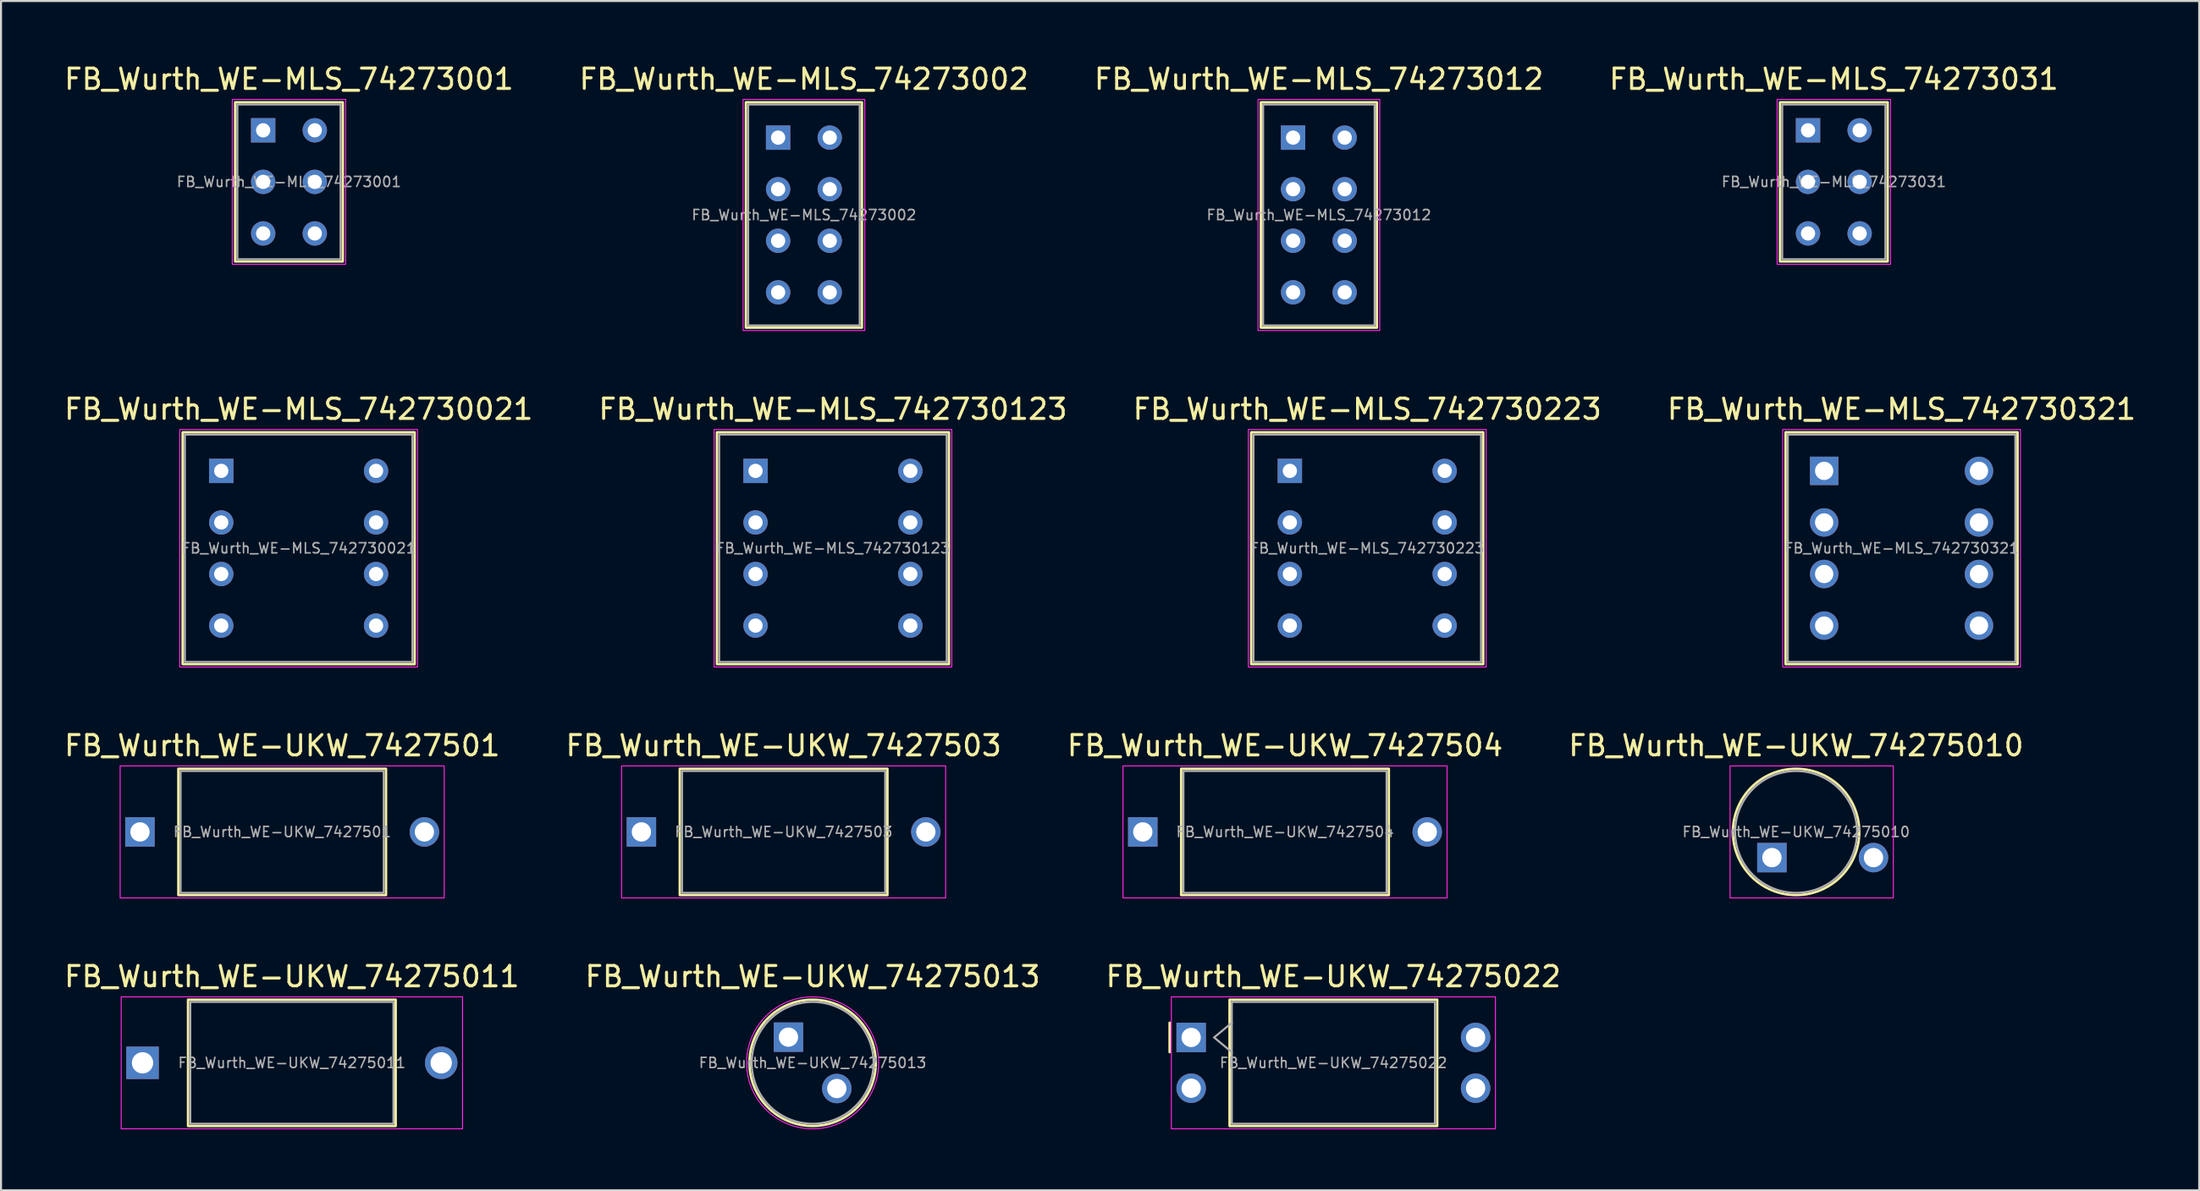
<source format=kicad_pcb>
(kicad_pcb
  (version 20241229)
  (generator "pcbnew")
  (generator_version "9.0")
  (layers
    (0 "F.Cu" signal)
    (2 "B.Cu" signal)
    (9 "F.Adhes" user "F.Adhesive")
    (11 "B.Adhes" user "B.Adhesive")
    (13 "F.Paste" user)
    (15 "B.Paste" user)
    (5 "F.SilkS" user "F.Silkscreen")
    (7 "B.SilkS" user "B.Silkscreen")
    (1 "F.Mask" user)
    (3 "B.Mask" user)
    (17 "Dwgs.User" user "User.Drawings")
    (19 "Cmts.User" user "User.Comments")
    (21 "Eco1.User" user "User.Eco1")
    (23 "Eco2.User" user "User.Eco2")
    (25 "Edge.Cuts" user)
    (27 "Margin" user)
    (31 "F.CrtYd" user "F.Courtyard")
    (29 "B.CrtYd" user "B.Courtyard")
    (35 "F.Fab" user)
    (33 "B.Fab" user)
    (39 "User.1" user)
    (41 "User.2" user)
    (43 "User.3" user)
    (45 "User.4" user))
  (footprint "FB_Wurth_WE-MLS_74273001"
    (layer "F.Cu")
    (at 9.903 3.368)
    (property "Reference" "FB_Wurth_WE-MLS_74273001" (at 1.27 -2.52 0) (unlocked yes) (layer "F.SilkS") (effects (font (size 1 1) (thickness 0.15))))
    (attr through_hole)
    (fp_rect (start -1.38 -1.38) (end 3.92 6.46) (stroke (width 0.12) (type solid)) (fill no) (layer "F.SilkS"))
    (fp_rect (start -1.52 -1.52) (end 4.06 6.6) (stroke (width 0.05) (type solid)) (fill no) (layer "F.CrtYd"))
    (fp_rect (start -1.27 -1.27) (end 3.81 6.35) (stroke (width 0.1) (type solid)) (fill no) (layer "F.Fab"))
    (fp_text user "${REFERENCE}" (at 1.27 2.54 0) (unlocked yes) (layer "F.Fab") (effects (font (size 0.5 0.5) (thickness 0.075))))
    (pad "1" thru_hole rect (at 0 0) (size 1.2 1.2) (drill 0.7) (layers "*.Cu" "*.Mask"))
    (pad "2" thru_hole circle (at 2.54 0) (size 1.2 1.2) (drill 0.7) (layers "*.Cu" "*.Mask"))
    (pad "3" thru_hole circle (at 0 2.54) (size 1.2 1.2) (drill 0.7) (layers "*.Cu" "*.Mask"))
    (pad "4" thru_hole circle (at 2.54 2.54) (size 1.2 1.2) (drill 0.7) (layers "*.Cu" "*.Mask"))
    (pad "5" thru_hole circle (at 0 5.08) (size 1.2 1.2) (drill 0.7) (layers "*.Cu" "*.Mask"))
    (pad "6" thru_hole circle (at 2.54 5.08) (size 1.2 1.2) (drill 0.7) (layers "*.Cu" "*.Mask")))
  (footprint "FB_Wurth_WE-UKW_74275010"
    (layer "F.Cu")
    (at 84.161 39.19)
    (property "Reference" "FB_Wurth_WE-UKW_74275010" (at 1.19 -5.515 0) (unlocked yes) (layer "F.SilkS") (effects (font (size 1 1) (thickness 0.15))))
    (attr through_hole)
    (fp_circle (center 1.19 -1.265) (end 4.3 -1.265) (stroke (width 0.12) (type solid)) (fill no) (layer "F.SilkS"))
    (fp_rect (start -2.06 -4.515) (end 5.975 1.985) (stroke (width 0.05) (type default)) (fill no) (layer "F.CrtYd"))
    (fp_circle (center 1.19 -1.265) (end 4.19 -1.265) (stroke (width 0.1) (type solid)) (fill no) (layer "F.Fab"))
    (fp_text user "${REFERENCE}" (at 1.19 -1.265 0) (unlocked yes) (layer "F.Fab") (effects (font (size 0.5 0.5) (thickness 0.075))))
    (pad "1" thru_hole rect (at 0 0) (size 1.45 1.45) (drill 0.95) (layers "*.Cu" "*.Mask"))
    (pad "2" thru_hole circle (at 5 0) (size 1.45 1.45) (drill 0.95) (layers "*.Cu" "*.Mask")))
  (footprint "FB_Wurth_WE-UKW_7427503"
    (layer "F.Cu")
    (at 35.518 37.925)
    (property "Reference" "FB_Wurth_WE-UKW_7427503" (at 0 -4.25 0) (unlocked yes) (layer "F.SilkS") (effects (font (size 1 1) (thickness 0.15))))
    (attr through_hole)
    (fp_rect (start -5.11 -3.11) (end 5.11 3.11) (stroke (width 0.12) (type solid)) (fill no) (layer "F.SilkS"))
    (fp_rect (start -7.975 -3.25) (end 7.975 3.25) (stroke (width 0.05) (type solid)) (fill no) (layer "F.CrtYd"))
    (fp_rect (start -5 -3) (end 5 3) (stroke (width 0.1) (type solid)) (fill no) (layer "F.Fab"))
    (fp_text user "${REFERENCE}" (at 0 0 0) (unlocked yes) (layer "F.Fab") (effects (font (size 0.5 0.5) (thickness 0.075))))
    (pad "1" thru_hole rect (at -7 0) (size 1.45 1.45) (drill 0.95) (layers "*.Cu" "*.Mask"))
    (pad "2" thru_hole circle (at 7 0) (size 1.45 1.45) (drill 0.95) (layers "*.Cu" "*.Mask")))
  (footprint "FB_Wurth_WE-UKW_74275011"
    (layer "F.Cu")
    (at 11.315 49.298)
    (property "Reference" "FB_Wurth_WE-UKW_74275011" (at 0 -4.25 0) (unlocked yes) (layer "F.SilkS") (effects (font (size 1 1) (thickness 0.15))))
    (attr through_hole)
    (fp_rect (start -5.11 -3.11) (end 5.11 3.11) (stroke (width 0.12) (type solid)) (fill no) (layer "F.SilkS"))
    (fp_rect (start -8.4 -3.25) (end 8.4 3.25) (stroke (width 0.05) (type solid)) (fill no) (layer "F.CrtYd"))
    (fp_rect (start -5 -3) (end 5 3) (stroke (width 0.1) (type solid)) (fill no) (layer "F.Fab"))
    (fp_text user "${REFERENCE}" (at 0 0 0) (unlocked yes) (layer "F.Fab") (effects (font (size 0.5 0.5) (thickness 0.075))))
    (pad "1" thru_hole rect (at -7.35 0) (size 1.6 1.6) (drill 1.05) (layers "*.Cu" "*.Mask"))
    (pad "2" thru_hole circle (at 7.35 0) (size 1.6 1.6) (drill 1.05) (layers "*.Cu" "*.Mask")))
  (footprint "FB_Wurth_WE-UKW_74275013"
    (layer "F.Cu")
    (at 35.756 48.033)
    (property "Reference" "FB_Wurth_WE-UKW_74275013" (at 1.19 -2.985 0) (unlocked yes) (layer "F.SilkS") (effects (font (size 1 1) (thickness 0.15))))
    (attr through_hole)
    (fp_circle (center 1.19 1.265) (end 4.3 1.265) (stroke (width 0.12) (type solid)) (fill no) (layer "F.SilkS"))
    (fp_circle (center 1.19 1.265) (end 4.44 1.265) (stroke (width 0.05) (type solid)) (fill no) (layer "F.CrtYd"))
    (fp_circle (center 1.19 1.265) (end 4.19 1.265) (stroke (width 0.1) (type solid)) (fill no) (layer "F.Fab"))
    (fp_text user "${REFERENCE}" (at 1.19 1.265 0) (unlocked yes) (layer "F.Fab") (effects (font (size 0.5 0.5) (thickness 0.075))))
    (pad "1" thru_hole rect (at 0 0) (size 1.45 1.45) (drill 0.95) (layers "*.Cu" "*.Mask"))
    (pad "2" thru_hole circle (at 2.38 2.53) (size 1.45 1.45) (drill 0.95) (layers "*.Cu" "*.Mask")))
  (footprint "FB_Wurth_WE-MLS_74273012"
    (layer "F.Cu")
    (at 60.593 3.728)
    (property "Reference" "FB_Wurth_WE-MLS_74273012" (at 1.27 -2.88 0) (unlocked yes) (layer "F.SilkS") (effects (font (size 1 1) (thickness 0.15))))
    (attr through_hole)
    (fp_rect (start -1.585 -1.74) (end 4.125 9.36) (stroke (width 0.12) (type solid)) (fill no) (layer "F.SilkS"))
    (fp_rect (start -1.725 -1.88) (end 4.265 9.5) (stroke (width 0.05) (type solid)) (fill no) (layer "F.CrtYd"))
    (fp_rect (start -1.475 -1.63) (end 4.015 9.25) (stroke (width 0.1) (type solid)) (fill no) (layer "F.Fab"))
    (fp_text user "${REFERENCE}" (at 1.27 3.81 0) (unlocked yes) (layer "F.Fab") (effects (font (size 0.5 0.5) (thickness 0.075))))
    (pad "1" thru_hole rect (at 0 0) (size 1.2 1.2) (drill 0.7) (layers "*.Cu" "*.Mask"))
    (pad "2" thru_hole circle (at 2.54 0) (size 1.2 1.2) (drill 0.7) (layers "*.Cu" "*.Mask"))
    (pad "3" thru_hole circle (at 0 2.54) (size 1.2 1.2) (drill 0.7) (layers "*.Cu" "*.Mask"))
    (pad "4" thru_hole circle (at 2.54 2.54) (size 1.2 1.2) (drill 0.7) (layers "*.Cu" "*.Mask"))
    (pad "5" thru_hole circle (at 0 5.08) (size 1.2 1.2) (drill 0.7) (layers "*.Cu" "*.Mask"))
    (pad "6" thru_hole circle (at 2.54 5.08) (size 1.2 1.2) (drill 0.7) (layers "*.Cu" "*.Mask"))
    (pad "7" thru_hole circle (at 0 7.62) (size 1.2 1.2) (drill 0.7) (layers "*.Cu" "*.Mask"))
    (pad "8" thru_hole circle (at 2.54 7.62) (size 1.2 1.2) (drill 0.7) (layers "*.Cu" "*.Mask")))
  (footprint "FB_Wurth_WE-UKW_7427504"
    (layer "F.Cu")
    (at 60.196 37.925)
    (property "Reference" "FB_Wurth_WE-UKW_7427504" (at 0 -4.25 0) (unlocked yes) (layer "F.SilkS") (effects (font (size 1 1) (thickness 0.15))))
    (attr through_hole)
    (fp_rect (start -5.11 -3.11) (end 5.11 3.11) (stroke (width 0.12) (type solid)) (fill no) (layer "F.SilkS"))
    (fp_rect (start -7.975 -3.25) (end 7.975 3.25) (stroke (width 0.05) (type solid)) (fill no) (layer "F.CrtYd"))
    (fp_rect (start -5 -3) (end 5 3) (stroke (width 0.1) (type solid)) (fill no) (layer "F.Fab"))
    (fp_text user "${REFERENCE}" (at 0 0 0) (unlocked yes) (layer "F.Fab") (effects (font (size 0.5 0.5) (thickness 0.075))))
    (pad "1" thru_hole rect (at -7 0) (size 1.45 1.45) (drill 0.95) (layers "*.Cu" "*.Mask"))
    (pad "2" thru_hole circle (at 7 0) (size 1.45 1.45) (drill 0.95) (layers "*.Cu" "*.Mask")))
  (footprint "FB_Wurth_WE-MLS_742730223"
    (layer "F.Cu")
    (at 60.434 20.142)
    (property "Reference" "FB_Wurth_WE-MLS_742730223" (at 3.81 -3.04 0) (unlocked yes) (layer "F.SilkS") (effects (font (size 1 1) (thickness 0.15))))
    (attr through_hole)
    (fp_rect (start -1.9 -1.9) (end 9.52 9.52) (stroke (width 0.12) (type solid)) (fill no) (layer "F.SilkS"))
    (fp_rect (start -2.04 -2.04) (end 9.66 9.66) (stroke (width 0.05) (type solid)) (fill no) (layer "F.CrtYd"))
    (fp_rect (start -1.79 -1.79) (end 9.41 9.41) (stroke (width 0.1) (type solid)) (fill no) (layer "F.Fab"))
    (fp_text user "${REFERENCE}" (at 3.81 3.81 0) (unlocked yes) (layer "F.Fab") (effects (font (size 0.5 0.5) (thickness 0.075))))
    (pad "1" thru_hole rect (at 0 0) (size 1.2 1.2) (drill 0.7) (layers "*.Cu" "*.Mask"))
    (pad "2" thru_hole circle (at 7.62 0) (size 1.2 1.2) (drill 0.7) (layers "*.Cu" "*.Mask"))
    (pad "3" thru_hole circle (at 0 2.54) (size 1.2 1.2) (drill 0.7) (layers "*.Cu" "*.Mask"))
    (pad "4" thru_hole circle (at 7.62 2.54) (size 1.2 1.2) (drill 0.7) (layers "*.Cu" "*.Mask"))
    (pad "5" thru_hole circle (at 0 5.08) (size 1.2 1.2) (drill 0.7) (layers "*.Cu" "*.Mask"))
    (pad "6" thru_hole circle (at 7.62 5.08) (size 1.2 1.2) (drill 0.7) (layers "*.Cu" "*.Mask"))
    (pad "7" thru_hole circle (at 0 7.62) (size 1.2 1.2) (drill 0.7) (layers "*.Cu" "*.Mask"))
    (pad "8" thru_hole circle (at 7.62 7.62) (size 1.2 1.2) (drill 0.7) (layers "*.Cu" "*.Mask")))
  (footprint "FB_Wurth_WE-MLS_742730123"
    (layer "F.Cu")
    (at 34.136 20.142)
    (property "Reference" "FB_Wurth_WE-MLS_742730123" (at 3.81 -3.04 0) (unlocked yes) (layer "F.SilkS") (effects (font (size 1 1) (thickness 0.15))))
    (attr through_hole)
    (fp_rect (start -1.9 -1.9) (end 9.52 9.52) (stroke (width 0.12) (type solid)) (fill no) (layer "F.SilkS"))
    (fp_rect (start -2.04 -2.04) (end 9.66 9.66) (stroke (width 0.05) (type solid)) (fill no) (layer "F.CrtYd"))
    (fp_rect (start -1.79 -1.79) (end 9.41 9.41) (stroke (width 0.1) (type solid)) (fill no) (layer "F.Fab"))
    (fp_text user "${REFERENCE}" (at 3.81 3.81 0) (unlocked yes) (layer "F.Fab") (effects (font (size 0.5 0.5) (thickness 0.075))))
    (pad "1" thru_hole rect (at 0 0) (size 1.2 1.2) (drill 0.7) (layers "*.Cu" "*.Mask"))
    (pad "2" thru_hole circle (at 7.62 0) (size 1.2 1.2) (drill 0.7) (layers "*.Cu" "*.Mask"))
    (pad "3" thru_hole circle (at 0 2.54) (size 1.2 1.2) (drill 0.7) (layers "*.Cu" "*.Mask"))
    (pad "4" thru_hole circle (at 7.62 2.54) (size 1.2 1.2) (drill 0.7) (layers "*.Cu" "*.Mask"))
    (pad "5" thru_hole circle (at 0 5.08) (size 1.2 1.2) (drill 0.7) (layers "*.Cu" "*.Mask"))
    (pad "6" thru_hole circle (at 7.62 5.08) (size 1.2 1.2) (drill 0.7) (layers "*.Cu" "*.Mask"))
    (pad "7" thru_hole circle (at 0 7.62) (size 1.2 1.2) (drill 0.7) (layers "*.Cu" "*.Mask"))
    (pad "8" thru_hole circle (at 7.62 7.62) (size 1.2 1.2) (drill 0.7) (layers "*.Cu" "*.Mask")))
  (footprint "FB_Wurth_WE-MLS_74273002"
    (layer "F.Cu")
    (at 35.248 3.728)
    (property "Reference" "FB_Wurth_WE-MLS_74273002" (at 1.27 -2.88 0) (unlocked yes) (layer "F.SilkS") (effects (font (size 1 1) (thickness 0.15))))
    (attr through_hole)
    (fp_rect (start -1.585 -1.74) (end 4.125 9.36) (stroke (width 0.12) (type solid)) (fill no) (layer "F.SilkS"))
    (fp_rect (start -1.725 -1.88) (end 4.265 9.5) (stroke (width 0.05) (type solid)) (fill no) (layer "F.CrtYd"))
    (fp_rect (start -1.475 -1.63) (end 4.015 9.25) (stroke (width 0.1) (type solid)) (fill no) (layer "F.Fab"))
    (fp_text user "${REFERENCE}" (at 1.27 3.81 0) (unlocked yes) (layer "F.Fab") (effects (font (size 0.5 0.5) (thickness 0.075))))
    (pad "1" thru_hole rect (at 0 0) (size 1.2 1.2) (drill 0.7) (layers "*.Cu" "*.Mask"))
    (pad "2" thru_hole circle (at 2.54 0) (size 1.2 1.2) (drill 0.7) (layers "*.Cu" "*.Mask"))
    (pad "3" thru_hole circle (at 0 2.54) (size 1.2 1.2) (drill 0.7) (layers "*.Cu" "*.Mask"))
    (pad "4" thru_hole circle (at 2.54 2.54) (size 1.2 1.2) (drill 0.7) (layers "*.Cu" "*.Mask"))
    (pad "5" thru_hole circle (at 0 5.08) (size 1.2 1.2) (drill 0.7) (layers "*.Cu" "*.Mask"))
    (pad "6" thru_hole circle (at 2.54 5.08) (size 1.2 1.2) (drill 0.7) (layers "*.Cu" "*.Mask"))
    (pad "7" thru_hole circle (at 0 7.62) (size 1.2 1.2) (drill 0.7) (layers "*.Cu" "*.Mask"))
    (pad "8" thru_hole circle (at 2.54 7.62) (size 1.2 1.2) (drill 0.7) (layers "*.Cu" "*.Mask")))
  (footprint "FB_Wurth_WE-UKW_74275022"
    (layer "F.Cu")
    (at 62.577 49.298)
    (property "Reference" "FB_Wurth_WE-UKW_74275022" (at 0 -4.25 0) (unlocked yes) (layer "F.SilkS") (effects (font (size 1 1) (thickness 0.15))))
    (attr through_hole)
    (fp_line (start -8.06 -1.975) (end -8.06 -0.525) (stroke (width 0.12) (type solid)) (layer "F.SilkS"))
    (fp_rect (start -5.11 -3.11) (end 5.11 3.11) (stroke (width 0.12) (type solid)) (fill no) (layer "F.SilkS"))
    (fp_rect (start -7.975 -3.25) (end 7.975 3.25) (stroke (width 0.05) (type solid)) (fill no) (layer "F.CrtYd"))
    (fp_line (start -5 -1.975) (end -5.87 -1.25) (stroke (width 0.1) (type solid)) (layer "F.Fab"))
    (fp_line (start -5 -0.525) (end -5.87 -1.25) (stroke (width 0.1) (type solid)) (layer "F.Fab"))
    (fp_rect (start -5 -3) (end 5 3) (stroke (width 0.1) (type solid)) (fill no) (layer "F.Fab"))
    (fp_text user "${REFERENCE}" (at 0 0 0) (unlocked yes) (layer "F.Fab") (effects (font (size 0.5 0.5) (thickness 0.075))))
    (pad "1" thru_hole rect (at -7 -1.25) (size 1.45 1.45) (drill 0.95) (layers "*.Cu" "*.Mask"))
    (pad "2" thru_hole circle (at -7 1.25) (size 1.45 1.45) (drill 0.95) (layers "*.Cu" "*.Mask"))
    (pad "3" thru_hole circle (at 7 1.25) (size 1.45 1.45) (drill 0.95) (layers "*.Cu" "*.Mask"))
    (pad "4" thru_hole circle (at 7 -1.25) (size 1.45 1.45) (drill 0.95) (layers "*.Cu" "*.Mask")))
  (footprint "FB_Wurth_WE-MLS_742730321"
    (layer "F.Cu")
    (at 86.732 20.142)
    (property "Reference" "FB_Wurth_WE-MLS_742730321" (at 3.81 -3.04 0) (unlocked yes) (layer "F.SilkS") (effects (font (size 1 1) (thickness 0.15))))
    (attr through_hole)
    (fp_rect (start -1.9 -1.9) (end 9.52 9.52) (stroke (width 0.12) (type solid)) (fill no) (layer "F.SilkS"))
    (fp_rect (start -2.04 -2.04) (end 9.66 9.66) (stroke (width 0.05) (type solid)) (fill no) (layer "F.CrtYd"))
    (fp_rect (start -1.79 -1.79) (end 9.41 9.41) (stroke (width 0.1) (type solid)) (fill no) (layer "F.Fab"))
    (fp_text user "${REFERENCE}" (at 3.81 3.81 0) (unlocked yes) (layer "F.Fab") (effects (font (size 0.5 0.5) (thickness 0.075))))
    (pad "1" thru_hole circle (at 7.62 0) (size 1.4 1.4) (drill 0.9) (layers "*.Cu" "*.Mask"))
    (pad "2" thru_hole rect (at 0 0) (size 1.4 1.4) (drill 0.9) (layers "*.Cu" "*.Mask"))
    (pad "3" thru_hole circle (at 7.62 2.54) (size 1.4 1.4) (drill 0.9) (layers "*.Cu" "*.Mask"))
    (pad "4" thru_hole circle (at 0 2.54) (size 1.4 1.4) (drill 0.9) (layers "*.Cu" "*.Mask"))
    (pad "5" thru_hole circle (at 7.62 5.08) (size 1.4 1.4) (drill 0.9) (layers "*.Cu" "*.Mask"))
    (pad "6" thru_hole circle (at 0 5.08) (size 1.4 1.4) (drill 0.9) (layers "*.Cu" "*.Mask"))
    (pad "7" thru_hole circle (at 0 7.62) (size 1.4 1.4) (drill 0.9) (layers "*.Cu" "*.Mask"))
    (pad "8" thru_hole circle (at 7.62 7.62) (size 1.4 1.4) (drill 0.9) (layers "*.Cu" "*.Mask")))
  (footprint "FB_Wurth_WE-UKW_7427501"
    (layer "F.Cu")
    (at 10.839 37.925)
    (property "Reference" "FB_Wurth_WE-UKW_7427501" (at 0 -4.25 0) (unlocked yes) (layer "F.SilkS") (effects (font (size 1 1) (thickness 0.15))))
    (attr through_hole)
    (fp_rect (start -5.11 -3.11) (end 5.11 3.11) (stroke (width 0.12) (type solid)) (fill no) (layer "F.SilkS"))
    (fp_rect (start -7.975 -3.25) (end 7.975 3.25) (stroke (width 0.05) (type solid)) (fill no) (layer "F.CrtYd"))
    (fp_rect (start -5 -3) (end 5 3) (stroke (width 0.1) (type solid)) (fill no) (layer "F.Fab"))
    (fp_text user "${REFERENCE}" (at 0 0 0) (unlocked yes) (layer "F.Fab") (effects (font (size 0.5 0.5) (thickness 0.075))))
    (pad "1" thru_hole rect (at -7 0) (size 1.45 1.45) (drill 0.95) (layers "*.Cu" "*.Mask"))
    (pad "2" thru_hole circle (at 7 0) (size 1.45 1.45) (drill 0.95) (layers "*.Cu" "*.Mask")))
  (footprint "FB_Wurth_WE-MLS_74273031"
    (layer "F.Cu")
    (at 85.938 3.368)
    (property "Reference" "FB_Wurth_WE-MLS_74273031" (at 1.27 -2.52 0) (unlocked yes) (layer "F.SilkS") (effects (font (size 1 1) (thickness 0.15))))
    (attr through_hole)
    (fp_rect (start -1.38 -1.38) (end 3.92 6.46) (stroke (width 0.12) (type solid)) (fill no) (layer "F.SilkS"))
    (fp_rect (start -1.52 -1.52) (end 4.06 6.6) (stroke (width 0.05) (type solid)) (fill no) (layer "F.CrtYd"))
    (fp_rect (start -1.27 -1.27) (end 3.81 6.35) (stroke (width 0.1) (type solid)) (fill no) (layer "F.Fab"))
    (fp_text user "${REFERENCE}" (at 1.27 2.54 0) (unlocked yes) (layer "F.Fab") (effects (font (size 0.5 0.5) (thickness 0.075))))
    (pad "1" thru_hole rect (at 0 0) (size 1.2 1.2) (drill 0.7) (layers "*.Cu" "*.Mask"))
    (pad "2" thru_hole circle (at 2.54 0) (size 1.2 1.2) (drill 0.7) (layers "*.Cu" "*.Mask"))
    (pad "3" thru_hole circle (at 0 2.54) (size 1.2 1.2) (drill 0.7) (layers "*.Cu" "*.Mask"))
    (pad "4" thru_hole circle (at 2.54 2.54) (size 1.2 1.2) (drill 0.7) (layers "*.Cu" "*.Mask"))
    (pad "5" thru_hole circle (at 0 5.08) (size 1.2 1.2) (drill 0.7) (layers "*.Cu" "*.Mask"))
    (pad "6" thru_hole circle (at 2.54 5.08) (size 1.2 1.2) (drill 0.7) (layers "*.Cu" "*.Mask")))
  (footprint "FB_Wurth_WE-MLS_742730021"
    (layer "F.Cu")
    (at 7.839 20.142)
    (property "Reference" "FB_Wurth_WE-MLS_742730021" (at 3.81 -3.04 0) (unlocked yes) (layer "F.SilkS") (effects (font (size 1 1) (thickness 0.15))))
    (attr through_hole)
    (fp_rect (start -1.9 -1.9) (end 9.52 9.52) (stroke (width 0.12) (type solid)) (fill no) (layer "F.SilkS"))
    (fp_rect (start -2.04 -2.04) (end 9.66 9.66) (stroke (width 0.05) (type solid)) (fill no) (layer "F.CrtYd"))
    (fp_rect (start -1.79 -1.79) (end 9.41 9.41) (stroke (width 0.1) (type solid)) (fill no) (layer "F.Fab"))
    (fp_text user "${REFERENCE}" (at 3.81 3.81 0) (unlocked yes) (layer "F.Fab") (effects (font (size 0.5 0.5) (thickness 0.075))))
    (pad "1" thru_hole rect (at 0 0) (size 1.2 1.2) (drill 0.7) (layers "*.Cu" "*.Mask"))
    (pad "2" thru_hole circle (at 7.62 0) (size 1.2 1.2) (drill 0.7) (layers "*.Cu" "*.Mask"))
    (pad "3" thru_hole circle (at 0 2.54) (size 1.2 1.2) (drill 0.7) (layers "*.Cu" "*.Mask"))
    (pad "4" thru_hole circle (at 7.62 2.54) (size 1.2 1.2) (drill 0.7) (layers "*.Cu" "*.Mask"))
    (pad "5" thru_hole circle (at 0 5.08) (size 1.2 1.2) (drill 0.7) (layers "*.Cu" "*.Mask"))
    (pad "6" thru_hole circle (at 7.62 5.08) (size 1.2 1.2) (drill 0.7) (layers "*.Cu" "*.Mask"))
    (pad "7" thru_hole circle (at 0 7.62) (size 1.2 1.2) (drill 0.7) (layers "*.Cu" "*.Mask"))
    (pad "8" thru_hole circle (at 7.62 7.62) (size 1.2 1.2) (drill 0.7) (layers "*.Cu" "*.Mask")))
  (gr_rect
    (start -3 -3)
    (end 105.19 55.573)
    (stroke (width 0.1) (type default))
    (fill no)
    (layer "Edge.Cuts")))
</source>
